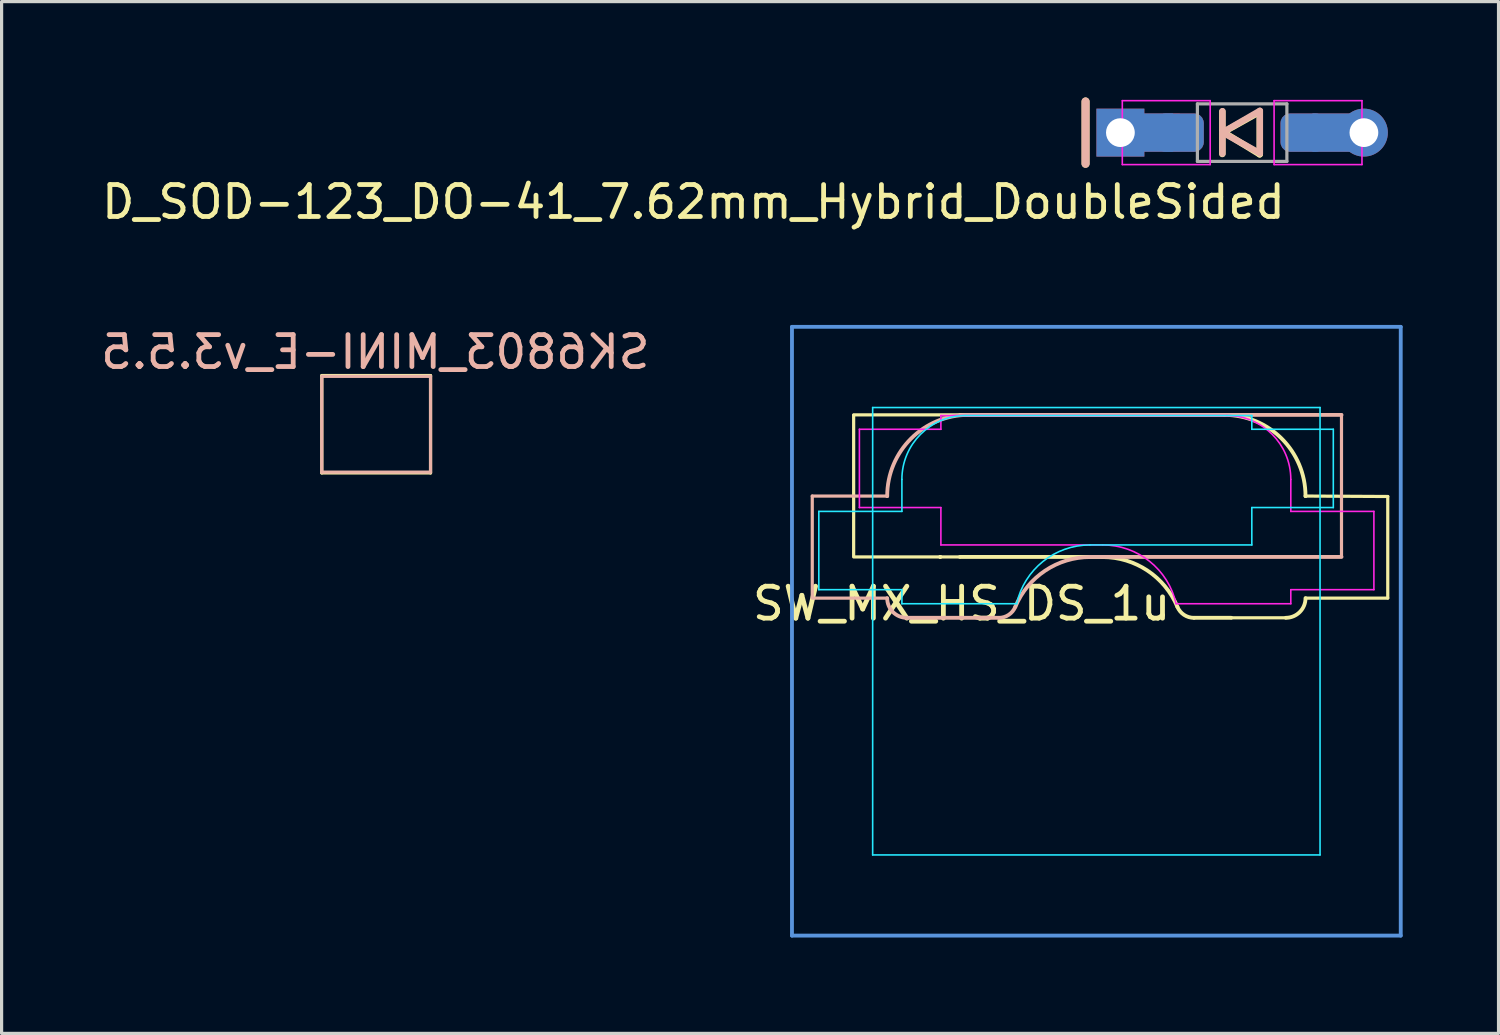
<source format=kicad_pcb>
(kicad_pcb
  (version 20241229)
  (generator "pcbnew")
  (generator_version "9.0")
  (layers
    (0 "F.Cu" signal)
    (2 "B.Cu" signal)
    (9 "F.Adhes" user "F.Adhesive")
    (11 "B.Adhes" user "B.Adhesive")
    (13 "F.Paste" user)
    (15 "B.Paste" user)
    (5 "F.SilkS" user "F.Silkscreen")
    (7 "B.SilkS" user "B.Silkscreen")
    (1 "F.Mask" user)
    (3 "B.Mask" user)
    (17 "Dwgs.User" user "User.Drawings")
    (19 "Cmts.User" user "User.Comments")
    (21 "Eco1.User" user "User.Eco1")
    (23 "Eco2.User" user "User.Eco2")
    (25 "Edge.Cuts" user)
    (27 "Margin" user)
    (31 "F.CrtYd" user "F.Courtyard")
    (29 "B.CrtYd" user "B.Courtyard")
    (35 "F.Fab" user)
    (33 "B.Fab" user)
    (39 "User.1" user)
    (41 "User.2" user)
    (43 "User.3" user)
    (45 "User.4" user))
  (footprint "SK6803_MINI-E_v3.5.5"
    (layer "F.Cu")
    (at 8.696 10.226)
    (property "Reference" "SK6803_MINI-E_v3.5.5" (at 0 -2.26 0) (layer "B.SilkS") (effects (font (size 1 1) (thickness 0.15)) (justify mirror)))
    (attr through_hole)
    (fp_line (start -1.676 -1.524) (end 1.727 -1.524) (stroke (width 0.1) (type default)) (layer "F.SilkS"))
    (fp_line (start -1.676 1.524) (end -1.676 -1.524) (stroke (width 0.1) (type default)) (layer "F.SilkS"))
    (fp_line (start 1.727 -1.524) (end 1.727 1.524) (stroke (width 0.1) (type default)) (layer "F.SilkS"))
    (fp_line (start 1.727 1.524) (end -1.676 1.524) (stroke (width 0.1) (type default)) (layer "F.SilkS"))
    (fp_line (start -1.676 1.499) (end -1.676 -1.5) (stroke (width 0.1) (type default)) (layer "B.SilkS"))
    (fp_line (start -1.651 -1.499) (end 1.727 -1.499) (stroke (width 0.1) (type default)) (layer "B.SilkS"))
    (fp_line (start 1.727 -1.499) (end 1.727 1.499) (stroke (width 0.1) (type default)) (layer "B.SilkS"))
    (fp_line (start 1.727 1.499) (end -1.676 1.499) (stroke (width 0.1) (type default)) (layer "B.SilkS")))
  (footprint "SW_MX_HS_DS_1u"
    (layer "F.Cu")
    (at 31.258 16.703)
    (property "Reference" "SW_MX_HS_DS_1u" (at -4.216 -0.864 0) (layer "F.SilkS") (effects (font (size 1 1) (thickness 0.15))))
    (attr smd)
    (fp_line (start -7.595 -6.756) (end -7.595 -2.362) (stroke (width 0.1) (type default)) (layer "F.SilkS"))
    (fp_line (start -7.595 -2.325) (end -4.27 -2.325) (stroke (width 0.1) (type default)) (layer "F.SilkS"))
    (fp_line (start -4.885 -2.325) (end -4.885 -2.325) (stroke (width 0.12) (type solid)) (layer "F.SilkS"))
    (fp_line (start -4.885 -2.325) (end -4.885 -2.325) (stroke (width 0.12) (type solid)) (layer "F.SilkS"))
    (fp_line (start -4.27 -6.77) (end -7.595 -6.77) (stroke (width 0.1) (type default)) (layer "F.SilkS"))
    (fp_line (start -4.265 -6.77) (end 4.005 -6.77) (stroke (width 0.12) (type solid)) (layer "F.SilkS"))
    (fp_line (start 0.195 -2.325) (end -4.27 -2.325) (stroke (width 0.12) (type solid)) (layer "F.SilkS"))
    (fp_line (start 0.195 -2.325) (end 0.195 -2.325) (stroke (width 0.12) (type solid)) (layer "F.SilkS"))
    (fp_line (start 3.055 -0.42) (end 4.22 -0.42) (stroke (width 0.12) (type solid)) (layer "F.SilkS"))
    (fp_line (start 4.005 -6.77) (end 4.005 -6.77) (stroke (width 0.12) (type solid)) (layer "F.SilkS"))
    (fp_line (start 5.93 -0.42) (end 4.22 -0.42) (stroke (width 0.1) (type default)) (layer "F.SilkS"))
    (fp_line (start 6.545 -4.23) (end 6.545 -4.23) (stroke (width 0.12) (type solid)) (layer "F.SilkS"))
    (fp_line (start 6.545 -4.23) (end 9.119 -4.216) (stroke (width 0.1) (type default)) (layer "F.SilkS"))
    (fp_line (start 9.119 -4.216) (end 9.119 -1.041) (stroke (width 0.1) (type default)) (layer "F.SilkS"))
    (fp_line (start 9.119 -1.035) (end 6.545 -1.035) (stroke (width 0.1) (type default)) (layer "F.SilkS"))
    (fp_arc (start 0.195 -2.321928) (mid 1.600313 -1.89713) (end 2.535 -0.765) (stroke (width 0.12) (type solid)) (layer "F.SilkS"))
    (fp_arc (start 3.054999 -0.418863) (mid 2.742377 -0.512877) (end 2.535 -0.765) (stroke (width 0.12) (type default)) (layer "F.SilkS"))
    (fp_arc (start 4.005 -6.77) (mid 5.801051 -6.026051) (end 6.545 -4.23) (stroke (width 0.12) (type solid)) (layer "F.SilkS"))
    (fp_arc (start 6.545129 -1.035) (mid 6.364985 -0.600144) (end 5.930129 -0.42) (stroke (width 0.12) (type default)) (layer "F.SilkS"))
    (fp_line (start -8.89 -4.23) (end -8.89 -1.067) (stroke (width 0.1) (type default)) (layer "B.SilkS"))
    (fp_line (start -8.89 -1.035) (end -6.545 -1.035) (stroke (width 0.1) (type default)) (layer "B.SilkS"))
    (fp_line (start -6.545 -4.23) (end -6.545 -4.23) (stroke (width 0.12) (type solid)) (layer "B.SilkS"))
    (fp_line (start -6.545 -4.23) (end -8.89 -4.23) (stroke (width 0.1) (type default)) (layer "B.SilkS"))
    (fp_line (start -4.005 -6.77) (end -4.005 -6.77) (stroke (width 0.12) (type solid)) (layer "B.SilkS"))
    (fp_line (start -3.055 -0.42) (end -5.918 -0.42) (stroke (width 0.12) (type solid)) (layer "B.SilkS"))
    (fp_line (start -0.195 -2.325) (end -0.195 -2.325) (stroke (width 0.12) (type solid)) (layer "B.SilkS"))
    (fp_line (start -0.195 -2.325) (end 7.671 -2.325) (stroke (width 0.12) (type solid)) (layer "B.SilkS"))
    (fp_line (start 7.671 -6.77) (end -4.005 -6.77) (stroke (width 0.12) (type solid)) (layer "B.SilkS"))
    (fp_line (start 7.671 -6.77) (end 7.671 -2.337) (stroke (width 0.1) (type default)) (layer "B.SilkS"))
    (fp_arc (start -6.545 -4.23) (mid -5.801051 -6.026051) (end -4.005 -6.77) (stroke (width 0.12) (type solid)) (layer "B.SilkS"))
    (fp_arc (start -5.930129 -0.42) (mid -6.364985 -0.600144) (end -6.545129 -1.035) (stroke (width 0.12) (type default)) (layer "B.SilkS"))
    (fp_arc (start -2.535 -0.765) (mid -2.742383 -0.512891) (end -3.054999 -0.418863) (stroke (width 0.12) (type default)) (layer "B.SilkS"))
    (fp_arc (start -2.535 -0.765) (mid -1.600313 -1.89713) (end -0.195 -2.321928) (stroke (width 0.12) (type solid)) (layer "B.SilkS"))
    (fp_line (start -9.525 -9.525) (end 9.525 -9.525) (stroke (width 0.12) (type solid)) (layer "Cmts.User"))
    (fp_line (start -9.525 9.525) (end -9.525 -9.525) (stroke (width 0.12) (type solid)) (layer "Cmts.User"))
    (fp_line (start 9.525 -9.525) (end 9.525 9.525) (stroke (width 0.12) (type solid)) (layer "Cmts.User"))
    (fp_line (start 9.525 9.525) (end -9.525 9.525) (stroke (width 0.12) (type solid)) (layer "Cmts.User"))
    (fp_line (start -8.685 -3.75) (end -8.685 -1.3) (stroke (width 0.05) (type solid)) (layer "B.CrtYd"))
    (fp_line (start -8.685 -1.3) (end -6.085 -1.3) (stroke (width 0.05) (type solid)) (layer "B.CrtYd"))
    (fp_line (start -7 -7) (end 7 -7) (stroke (width 0.05) (type solid)) (layer "B.CrtYd"))
    (fp_line (start -7 7) (end -7 -7) (stroke (width 0.05) (type solid)) (layer "B.CrtYd"))
    (fp_line (start -6.085 -3.75) (end -8.685 -3.75) (stroke (width 0.05) (type solid)) (layer "B.CrtYd"))
    (fp_line (start -6.085 -3.75) (end -6.085 -4.75) (stroke (width 0.05) (type solid)) (layer "B.CrtYd"))
    (fp_line (start -6.085 -1.3) (end -6.085 -0.86) (stroke (width 0.05) (type solid)) (layer "B.CrtYd"))
    (fp_line (start -6.085 -0.86) (end -2.494 -0.86) (stroke (width 0.05) (type solid)) (layer "B.CrtYd"))
    (fp_line (start -4.085 -6.75) (end 4.865 -6.75) (stroke (width 0.05) (type solid)) (layer "B.CrtYd"))
    (fp_line (start 4.865 -6.75) (end 4.865 -6.32) (stroke (width 0.05) (type solid)) (layer "B.CrtYd"))
    (fp_line (start 4.865 -3.87) (end 4.865 -2.7) (stroke (width 0.05) (type solid)) (layer "B.CrtYd"))
    (fp_line (start 4.865 -3.87) (end 7.415 -3.87) (stroke (width 0.05) (type solid)) (layer "B.CrtYd"))
    (fp_line (start 4.865 -2.7) (end -0.2 -2.7) (stroke (width 0.05) (type solid)) (layer "B.CrtYd"))
    (fp_line (start 7 -7) (end 7 7) (stroke (width 0.05) (type solid)) (layer "B.CrtYd"))
    (fp_line (start 7 7) (end -7 7) (stroke (width 0.05) (type solid)) (layer "B.CrtYd"))
    (fp_line (start 7.415 -6.32) (end 4.865 -6.32) (stroke (width 0.05) (type solid)) (layer "B.CrtYd"))
    (fp_line (start 7.415 -3.87) (end 7.415 -6.32) (stroke (width 0.05) (type solid)) (layer "B.CrtYd"))
    (fp_arc (start -6.085176 -4.75022) (mid -5.499393 -6.164438) (end -4.085176 -6.75022) (stroke (width 0.05) (type solid)) (layer "B.CrtYd"))
    (fp_arc (start -2.494322 -0.86022) (mid -1.6705 -2.183395) (end -0.2 -2.70022) (stroke (width 0.05) (type solid)) (layer "B.CrtYd"))
    (fp_line (start -7.415 -6.32) (end -4.865 -6.32) (stroke (width 0.05) (type solid)) (layer "F.CrtYd"))
    (fp_line (start -7.415 -3.87) (end -7.415 -6.32) (stroke (width 0.05) (type solid)) (layer "F.CrtYd"))
    (fp_line (start -4.865 -6.75) (end -4.865 -6.32) (stroke (width 0.05) (type solid)) (layer "F.CrtYd"))
    (fp_line (start -4.865 -3.87) (end -7.415 -3.87) (stroke (width 0.05) (type solid)) (layer "F.CrtYd"))
    (fp_line (start -4.865 -3.87) (end -4.865 -2.7) (stroke (width 0.05) (type solid)) (layer "F.CrtYd"))
    (fp_line (start -4.865 -2.7) (end 0.2 -2.7) (stroke (width 0.05) (type solid)) (layer "F.CrtYd"))
    (fp_line (start 4.085 -6.75) (end -4.865 -6.75) (stroke (width 0.05) (type solid)) (layer "F.CrtYd"))
    (fp_line (start 6.085 -3.75) (end 6.085 -4.75) (stroke (width 0.05) (type solid)) (layer "F.CrtYd"))
    (fp_line (start 6.085 -3.75) (end 8.685 -3.75) (stroke (width 0.05) (type solid)) (layer "F.CrtYd"))
    (fp_line (start 6.085 -1.3) (end 6.085 -0.86) (stroke (width 0.05) (type solid)) (layer "F.CrtYd"))
    (fp_line (start 6.085 -0.86) (end 2.494 -0.86) (stroke (width 0.05) (type solid)) (layer "F.CrtYd"))
    (fp_line (start 8.685 -3.75) (end 8.685 -1.3) (stroke (width 0.05) (type solid)) (layer "F.CrtYd"))
    (fp_line (start 8.685 -1.3) (end 6.085 -1.3) (stroke (width 0.05) (type solid)) (layer "F.CrtYd"))
    (fp_arc (start 0.2 -2.70022) (mid 1.670503 -2.183399) (end 2.494322 -0.86022) (stroke (width 0.05) (type solid)) (layer "F.CrtYd"))
    (fp_arc (start 4.085176 -6.75022) (mid 5.49939 -6.164434) (end 6.085176 -4.75022) (stroke (width 0.05) (type solid)) (layer "F.CrtYd"))
    (fp_line (start -7 -6.5) (end -7 6.5) (stroke (width 0.05) (type solid)) (layer "User.4"))
    (fp_line (start -6.5 7) (end 6.5 7) (stroke (width 0.05) (type solid)) (layer "User.4"))
    (fp_line (start 6.5 -7) (end -6.5 -7) (stroke (width 0.05) (type solid)) (layer "User.4"))
    (fp_line (start 7 6.5) (end 7 -6.5) (stroke (width 0.05) (type solid)) (layer "User.4"))
    (fp_arc (start -7 -6.5) (mid -6.853553 -6.853553) (end -6.5 -7) (stroke (width 0.05) (type solid)) (layer "User.4"))
    (fp_arc (start -6.497236 6.998884) (mid -6.850789 6.852437) (end -6.997236 6.498884) (stroke (width 0.05) (type solid)) (layer "User.4"))
    (fp_arc (start 6.5 -7) (mid 6.853553 -6.853553) (end 7 -6.5) (stroke (width 0.05) (type solid)) (layer "User.4"))
    (fp_arc (start 7 6.5) (mid 6.853553 6.853553) (end 6.5 7) (stroke (width 0.05) (type solid)) (layer "User.4")))
  (footprint "D_SOD-123_DO-41_7.62mm_Hybrid_DoubleSided"
    (layer "F.Cu")
    (at 35.82 1.1)
    (property "Reference" "D_SOD-123_DO-41_7.62mm_Hybrid_DoubleSided" (at 1.43 2.17 0) (layer "F.SilkS") (effects (font (size 1 1) (thickness 0.15)) (justify right)))
    (attr smd)
    (fp_line (start -4.9 -0.975) (end -4.9 0.975) (stroke (width 0.25) (type default)) (layer "F.SilkS"))
    (fp_line (start -0.62 -0.66) (end -0.62 0.67) (stroke (width 0.2) (type solid)) (layer "F.SilkS"))
    (fp_line (start -0.62 0.005) (end 0.55 -0.65) (stroke (width 0.2) (type solid)) (layer "F.SilkS"))
    (fp_line (start 0.55 -0.65) (end 0.55 0.68) (stroke (width 0.2) (type solid)) (layer "F.SilkS"))
    (fp_line (start 0.55 0.68) (end -0.62 -0.037) (stroke (width 0.2) (type solid)) (layer "F.SilkS"))
    (fp_line (start -4.9 0.975) (end -4.9 -0.975) (stroke (width 0.25) (type default)) (layer "B.SilkS"))
    (fp_line (start -0.615 -0.007) (end 0.555 0.647) (stroke (width 0.2) (type solid)) (layer "B.SilkS"))
    (fp_line (start -0.615 0.657) (end -0.615 -0.672) (stroke (width 0.2) (type solid)) (layer "B.SilkS"))
    (fp_line (start 0.555 -0.682) (end -0.615 -0.007) (stroke (width 0.2) (type solid)) (layer "B.SilkS"))
    (fp_line (start 0.555 0.647) (end 0.555 -0.682) (stroke (width 0.2) (type solid)) (layer "B.SilkS"))
    (fp_line (start -3.75 -1) (end -3.75 1) (stroke (width 0.05) (type default)) (layer "F.CrtYd"))
    (fp_line (start -3.75 -1) (end -1 -1) (stroke (width 0.05) (type solid)) (layer "F.CrtYd"))
    (fp_line (start -1 -1) (end -1 1) (stroke (width 0.05) (type default)) (layer "F.CrtYd"))
    (fp_line (start -1 1) (end -3.75 1) (stroke (width 0.05) (type solid)) (layer "F.CrtYd"))
    (fp_line (start 1 -1) (end 1 1) (stroke (width 0.05) (type default)) (layer "F.CrtYd"))
    (fp_line (start 1 -1) (end 3.75 -1) (stroke (width 0.05) (type solid)) (layer "F.CrtYd"))
    (fp_line (start 3.75 -1) (end 3.75 1) (stroke (width 0.05) (type default)) (layer "F.CrtYd"))
    (fp_line (start 3.75 1) (end 1 1) (stroke (width 0.05) (type solid)) (layer "F.CrtYd"))
    (fp_line (start -1.4 -0.9) (end 1.4 -0.9) (stroke (width 0.1) (type solid)) (layer "F.Fab"))
    (fp_line (start -1.4 0.9) (end -1.4 -0.9) (stroke (width 0.1) (type solid)) (layer "F.Fab"))
    (fp_line (start 1.4 -0.9) (end 1.4 0.9) (stroke (width 0.1) (type solid)) (layer "F.Fab"))
    (fp_line (start 1.4 0.9) (end -1.4 0.9) (stroke (width 0.1) (type solid)) (layer "F.Fab"))
    (pad "1" thru_hole rect (at -3.81 0) (size 1.5 1.5) (drill 0.9) (layers "*.Cu" "*.Mask"))
    (pad "1" smd rect (at -2.76 -0.001 180) (size 1.2 1.2) (layers "B.Cu"))
    (pad "1" smd rect (at -2.55 0) (size 1.2 1.2) (layers "F.Cu"))
    (pad "1" smd roundrect (at -1.95 0) (size 1.5 1.2) (layers "F.Cu" "F.Mask" "F.Paste") (roundrect_rratio 0.25))
    (pad "1" smd roundrect (at -1.95 0) (size 1.5 1.2) (layers "B.Cu" "B.Mask" "B.Paste") (roundrect_rratio 0.25))
    (pad "2" smd roundrect (at 1.9 0) (size 1.4 1.2) (layers "F.Cu" "F.Mask" "F.Paste") (roundrect_rratio 0.25))
    (pad "2" smd roundrect (at 1.9 0) (size 1.4 1.2) (layers "B.Cu" "B.Mask" "B.Paste") (roundrect_rratio 0.25))
    (pad "2" smd rect (at 2.8 0) (size 1.2 1.2) (layers "F.Cu"))
    (pad "2" smd rect (at 2.8 0 180) (size 1.2 1.2) (layers "B.Cu"))
    (pad "2" thru_hole oval (at 3.81 0) (size 1.5 1.5) (drill 0.9) (layers "*.Cu" "*.Mask")))
  (gr_rect
    (start -3 -3)
    (end 43.843 29.288)
    (stroke (width 0.1) (type default))
    (fill no)
    (layer "Edge.Cuts")))
</source>
